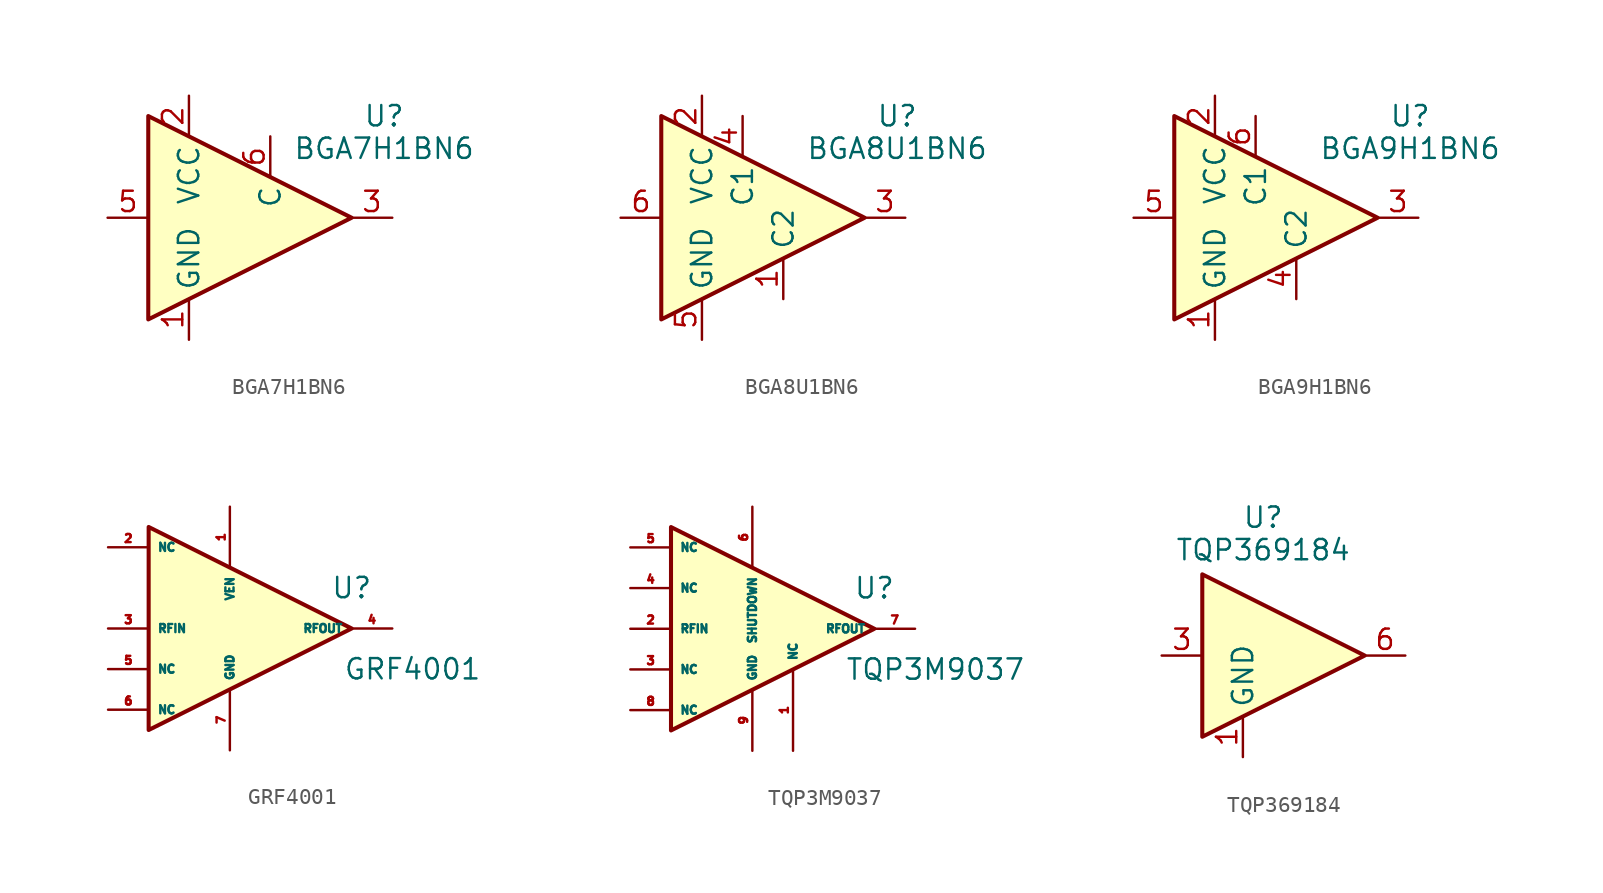
<source format=kicad_sym>
(kicad_symbol_lib
  (version 20241209)
  (generator "kicad_symbol_editor")
  (generator_version "9.0")
  (symbol "BGA7H1BN6"
    (property "Reference" "U"
      (at 10.922 11.43 0)
      (effects (font (size 1.27 1.27))))
    (property "Value" "BGA7H1BN6"
      (at 10.922 9.398 0)
      (effects (font (size 1.27 1.27))))
    (symbol "BGA7H1BN6_0_0"
      (pin power_in line (at -1.27 -2.54 90) (length 2.54) (name "GND" (effects (font (size 1.27 1.27)))) (number "1" (effects (font (size 1.27 1.27)))))
      (pin output line (at 11.43 5.08 180) (length 2.54) (name "~" (effects (font (size 1.27 1.27)))) (number "3" (effects (font (size 1.27 1.27))))))
    (symbol "BGA7H1BN6_1_0"
      (pin input line (at -6.35 5.08 0) (length 2.54) (name "~" (effects (font (size 1.27 1.27)))) (number "5" (effects (font (size 1.27 1.27)))))
      (pin power_in line (at -1.27 12.7 270) (length 2.54) (name "VCC" (effects (font (size 1.27 1.27)))) (number "2" (effects (font (size 1.27 1.27)))))
      (pin passive line (at -1.27 -2.54 90) (length 2.54) (hide yes) (name "GND" (effects (font (size 1.27 1.27)))) (number "4" (effects (font (size 1.27 1.27)))))
      (pin input line (at 3.81 10.16 270) (length 2.54) (name "C" (effects (font (size 1.27 1.27)))) (number "6" (effects (font (size 1.27 1.27))))))
    (symbol "BGA7H1BN6_1_1"
      (polyline (pts (xy -3.81 11.43) (xy -3.81 5.08) (xy -3.81 -1.27) (xy 8.89 5.08) (xy -3.81 11.43)) (stroke (width 0.254) (type default)) (fill (type background)))))
  (symbol "BGA8U1BN6"
    (property "Reference" "U"
      (at 10.922 11.43 0)
      (effects (font (size 1.27 1.27))))
    (property "Value" "BGA8U1BN6"
      (at 10.922 9.398 0)
      (effects (font (size 1.27 1.27))))
    (symbol "BGA8U1BN6_0_0"
      (pin power_in line (at -1.27 -2.54 90) (length 2.54) (name "GND" (effects (font (size 1.27 1.27)))) (number "5" (effects (font (size 1.27 1.27)))))
      (pin output line (at 11.43 5.08 180) (length 2.54) (name "~" (effects (font (size 1.27 1.27)))) (number "3" (effects (font (size 1.27 1.27))))))
    (symbol "BGA8U1BN6_1_0"
      (pin input line (at -6.35 5.08 0) (length 2.54) (name "~" (effects (font (size 1.27 1.27)))) (number "6" (effects (font (size 1.27 1.27)))))
      (pin power_in line (at -1.27 12.7 270) (length 2.54) (name "VCC" (effects (font (size 1.27 1.27)))) (number "2" (effects (font (size 1.27 1.27)))))
      (pin input line (at 1.27 11.43 270) (length 2.54) (name "C1" (effects (font (size 1.27 1.27)))) (number "4" (effects (font (size 1.27 1.27)))))
      (pin input line (at 3.81 0 90) (length 2.54) (name "C2" (effects (font (size 1.27 1.27)))) (number "1" (effects (font (size 1.27 1.27))))))
    (symbol "BGA8U1BN6_1_1"
      (polyline (pts (xy -3.81 11.43) (xy -3.81 5.08) (xy -3.81 -1.27) (xy 8.89 5.08) (xy -3.81 11.43)) (stroke (width 0.254) (type default)) (fill (type background)))))
  (symbol "BGA9H1BN6"
    (property "Reference" "U"
      (at 10.922 11.43 0)
      (effects (font (size 1.27 1.27))))
    (property "Value" "BGA9H1BN6"
      (at 10.922 9.398 0)
      (effects (font (size 1.27 1.27))))
    (symbol "BGA9H1BN6_0_0"
      (pin power_in line (at -1.27 -2.54 90) (length 2.54) (name "GND" (effects (font (size 1.27 1.27)))) (number "1" (effects (font (size 1.27 1.27)))))
      (pin output line (at 11.43 5.08 180) (length 2.54) (name "~" (effects (font (size 1.27 1.27)))) (number "3" (effects (font (size 1.27 1.27))))))
    (symbol "BGA9H1BN6_1_0"
      (pin input line (at -6.35 5.08 0) (length 2.54) (name "~" (effects (font (size 1.27 1.27)))) (number "5" (effects (font (size 1.27 1.27)))))
      (pin power_in line (at -1.27 12.7 270) (length 2.54) (name "VCC" (effects (font (size 1.27 1.27)))) (number "2" (effects (font (size 1.27 1.27)))))
      (pin input line (at 1.27 11.43 270) (length 2.54) (name "C1" (effects (font (size 1.27 1.27)))) (number "6" (effects (font (size 1.27 1.27)))))
      (pin input line (at 3.81 0 90) (length 2.54) (name "C2" (effects (font (size 1.27 1.27)))) (number "4" (effects (font (size 1.27 1.27))))))
    (symbol "BGA9H1BN6_1_1"
      (polyline (pts (xy -3.81 11.43) (xy -3.81 5.08) (xy -3.81 -1.27) (xy 8.89 5.08) (xy -3.81 11.43)) (stroke (width 0.254) (type default)) (fill (type background)))))
  (symbol "GRF4001"
    (property "Reference" "U"
      (at 7.62 2.54 0)
      (effects (font (size 1.27 1.27))))
    (property "Value" "GRF4001"
      (at 11.43 -2.54 0)
      (effects (font (size 1.27 1.27))))
    (symbol "GRF4001_1_1"
      (polyline (pts (xy -5.08 6.35) (xy -5.08 0) (xy -5.08 -6.35) (xy 7.62 0) (xy -5.08 6.35)) (stroke (width 0.254) (type default)) (fill (type background)))
      (pin passive line (at -7.62 5.08 0) (length 2.54) (name "NC" (effects (font (size 0.508 0.508)))) (number "2" (effects (font (size 0.508 0.508)))))
      (pin input line (at -7.62 0 0) (length 2.54) (name "RFIN" (effects (font (size 0.508 0.508)))) (number "3" (effects (font (size 0.508 0.508)))))
      (pin passive line (at -7.62 -2.54 0) (length 2.54) (name "NC" (effects (font (size 0.508 0.508)))) (number "5" (effects (font (size 0.508 0.508)))))
      (pin passive line (at -7.62 -5.08 0) (length 2.54) (name "NC" (effects (font (size 0.508 0.508)))) (number "6" (effects (font (size 0.508 0.508)))))
      (pin input line (at 0 7.62 270) (length 3.81) (name "VEN" (effects (font (size 0.508 0.508)))) (number "1" (effects (font (size 0.508 0.508)))))
      (pin power_in line (at 0 -7.62 90) (length 3.81) (name "GND" (effects (font (size 0.508 0.508)))) (number "7" (effects (font (size 0.508 0.508)))))
      (pin output line (at 10.16 0 180) (length 2.54) (name "RFOUT" (effects (font (size 0.508 0.508)))) (number "4" (effects (font (size 0.508 0.508)))))))
  (symbol "TQP3M9037"
    (property "Reference" "U"
      (at 7.62 2.54 0)
      (effects (font (size 1.27 1.27))))
    (property "Value" "TQP3M9037"
      (at 11.43 -2.54 0)
      (effects (font (size 1.27 1.27))))
    (symbol "TQP3M9037_1_1"
      (polyline (pts (xy -5.08 6.35) (xy -5.08 0) (xy -5.08 -6.35) (xy 7.62 0) (xy -5.08 6.35)) (stroke (width 0.254) (type default)) (fill (type background)))
      (pin passive line (at -7.62 5.08 0) (length 2.54) (name "NC" (effects (font (size 0.508 0.508)))) (number "5" (effects (font (size 0.508 0.508)))))
      (pin passive line (at -7.62 2.54 0) (length 2.54) (name "NC" (effects (font (size 0.508 0.508)))) (number "4" (effects (font (size 0.508 0.508)))))
      (pin input line (at -7.62 0 0) (length 2.54) (name "RFIN" (effects (font (size 0.508 0.508)))) (number "2" (effects (font (size 0.508 0.508)))))
      (pin passive line (at -7.62 -2.54 0) (length 2.54) (name "NC" (effects (font (size 0.508 0.508)))) (number "3" (effects (font (size 0.508 0.508)))))
      (pin passive line (at -7.62 -5.08 0) (length 2.54) (name "NC" (effects (font (size 0.508 0.508)))) (number "8" (effects (font (size 0.508 0.508)))))
      (pin passive line (at 0 7.62 270) (length 3.81) (name "SHUTDOWN" (effects (font (size 0.508 0.508)))) (number "6" (effects (font (size 0.508 0.508)))))
      (pin power_in line (at 0 -7.62 90) (length 3.81) (name "GND" (effects (font (size 0.508 0.508)))) (number "9" (effects (font (size 0.508 0.508)))))
      (pin passive line (at 2.54 -7.62 90) (length 5.08) (name "NC" (effects (font (size 0.508 0.508)))) (number "1" (effects (font (size 0.508 0.508)))))
      (pin output line (at 10.16 0 180) (length 2.54) (name "RFOUT" (effects (font (size 0.508 0.508)))) (number "7" (effects (font (size 0.508 0.508)))))))
  (symbol "TQP369184"
    (property "Reference" "U"
      (at 0 13.716 0)
      (effects (font (size 1.27 1.27))))
    (property "Value" "TQP369184"
      (at 0 11.684 0)
      (effects (font (size 1.27 1.27))))
    (symbol "TQP369184_0_0"
      (pin power_in line (at -1.27 -1.27 90) (length 2.54) (name "GND" (effects (font (size 1.27 1.27)))) (number "1" (effects (font (size 1.27 1.27)))))
      (pin output line (at 8.89 5.08 180) (length 2.54) (name "~" (effects (font (size 1.27 1.27)))) (number "6" (effects (font (size 1.27 1.27))))))
    (symbol "TQP369184_0_1"
      (polyline (pts (xy 6.35 5.08) (xy -3.81 10.16) (xy -3.81 0) (xy 6.35 5.08)) (stroke (width 0.254) (type default)) (fill (type background))))
    (symbol "TQP369184_1_0"
      (pin input line (at -6.35 5.08 0) (length 2.54) (name "~" (effects (font (size 1.27 1.27)))) (number "3" (effects (font (size 1.27 1.27)))))
      (pin passive line (at -1.27 -1.27 90) (length 2.54) (hide yes) (name "GND" (effects (font (size 1.27 1.27)))) (number "2" (effects (font (size 1.27 1.27)))))
      (pin passive line (at -1.27 -1.27 90) (length 2.54) (hide yes) (name "GND" (effects (font (size 1.27 1.27)))) (number "4" (effects (font (size 1.27 1.27)))))
      (pin passive line (at -1.27 -1.27 90) (length 2.54) (hide yes) (name "GND" (effects (font (size 1.27 1.27)))) (number "5" (effects (font (size 1.27 1.27))))))))
</source>
